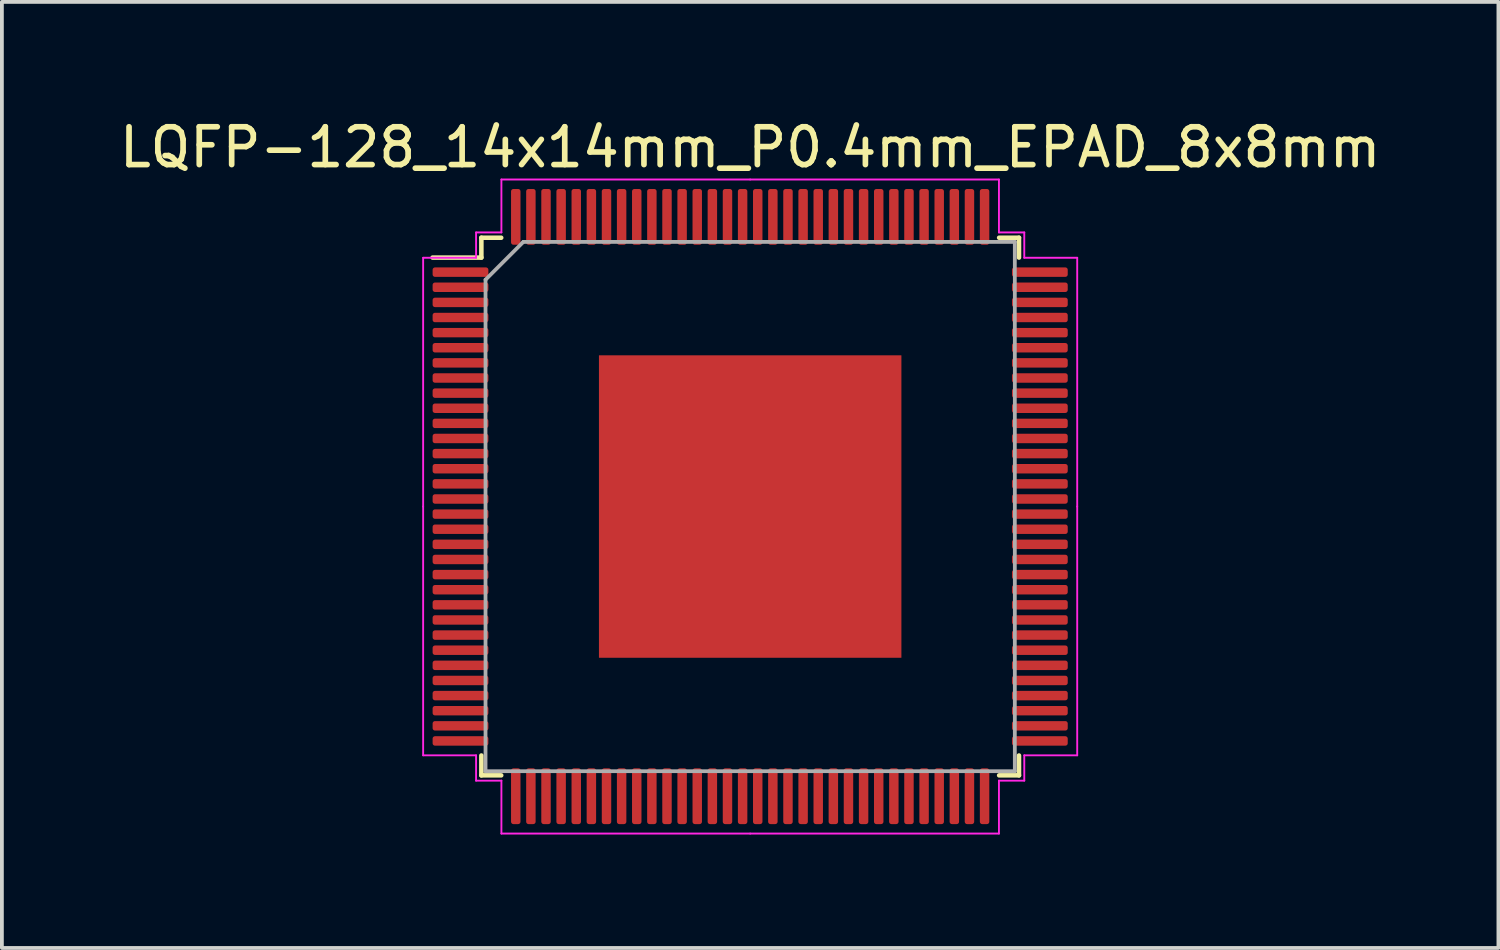
<source format=kicad_pcb>
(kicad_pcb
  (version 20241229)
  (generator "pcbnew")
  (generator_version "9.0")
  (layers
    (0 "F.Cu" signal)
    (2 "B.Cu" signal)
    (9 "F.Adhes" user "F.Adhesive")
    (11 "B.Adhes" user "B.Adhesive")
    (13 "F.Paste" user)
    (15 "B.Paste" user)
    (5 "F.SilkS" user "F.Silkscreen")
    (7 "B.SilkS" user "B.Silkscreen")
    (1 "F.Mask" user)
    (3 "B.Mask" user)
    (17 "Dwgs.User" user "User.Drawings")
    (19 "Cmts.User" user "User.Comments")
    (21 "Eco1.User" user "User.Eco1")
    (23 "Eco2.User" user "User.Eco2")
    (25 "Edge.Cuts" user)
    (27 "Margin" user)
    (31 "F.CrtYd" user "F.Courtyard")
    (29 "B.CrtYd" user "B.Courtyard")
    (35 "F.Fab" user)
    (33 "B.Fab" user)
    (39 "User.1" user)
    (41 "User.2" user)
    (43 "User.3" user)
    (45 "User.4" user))
  (footprint "LQFP-128_14x14mm_P0.4mm_EPAD_8x8mm"
    (layer "F.Cu")
    (at 16.792 10.348)
    (property "Reference" "LQFP-128_14x14mm_P0.4mm_EPAD_8x8mm" (at 0 -9.5 0) (layer "F.SilkS") (effects (font (size 1 1) (thickness 0.15))))
    (attr through_hole)
    (fp_line (start -7.11 -7.11) (end -7.11 -6.585) (stroke (width 0.12) (type solid)) (layer "F.SilkS"))
    (fp_line (start -7.11 -6.585) (end -8.4 -6.585) (stroke (width 0.12) (type solid)) (layer "F.SilkS"))
    (fp_line (start -7.11 7.11) (end -7.11 6.585) (stroke (width 0.12) (type solid)) (layer "F.SilkS"))
    (fp_line (start -6.585 -7.11) (end -7.11 -7.11) (stroke (width 0.12) (type solid)) (layer "F.SilkS"))
    (fp_line (start -6.585 7.11) (end -7.11 7.11) (stroke (width 0.12) (type solid)) (layer "F.SilkS"))
    (fp_line (start 6.585 -7.11) (end 7.11 -7.11) (stroke (width 0.12) (type solid)) (layer "F.SilkS"))
    (fp_line (start 6.585 7.11) (end 7.11 7.11) (stroke (width 0.12) (type solid)) (layer "F.SilkS"))
    (fp_line (start 7.11 -7.11) (end 7.11 -6.585) (stroke (width 0.12) (type solid)) (layer "F.SilkS"))
    (fp_line (start 7.11 7.11) (end 7.11 6.585) (stroke (width 0.12) (type solid)) (layer "F.SilkS"))
    (fp_rect (start -3.5 -3.5) (end -1.5 -1.5) (stroke (width 0.05) (type solid)) (fill yes) (layer "F.Paste"))
    (fp_rect (start -3.5 -1) (end -1.5 1) (stroke (width 0.05) (type solid)) (fill yes) (layer "F.Paste"))
    (fp_rect (start -3.5 1.5) (end -1.5 3.5) (stroke (width 0.05) (type solid)) (fill yes) (layer "F.Paste"))
    (fp_rect (start -1 -3.5) (end 1 -1.5) (stroke (width 0.05) (type solid)) (fill yes) (layer "F.Paste"))
    (fp_rect (start -1 -1) (end 1 1) (stroke (width 0.05) (type solid)) (fill yes) (layer "F.Paste"))
    (fp_rect (start -1 1.5) (end 1 3.5) (stroke (width 0.05) (type solid)) (fill yes) (layer "F.Paste"))
    (fp_rect (start 1.5 -3.5) (end 3.5 -1.5) (stroke (width 0.05) (type solid)) (fill yes) (layer "F.Paste"))
    (fp_rect (start 1.5 -1) (end 3.5 1) (stroke (width 0.05) (type solid)) (fill yes) (layer "F.Paste"))
    (fp_rect (start 1.5 1.5) (end 3.5 3.5) (stroke (width 0.05) (type solid)) (fill yes) (layer "F.Paste"))
    (fp_line (start -8.65 -6.58) (end -8.65 0) (stroke (width 0.05) (type solid)) (layer "F.CrtYd"))
    (fp_line (start -8.65 6.58) (end -8.65 0) (stroke (width 0.05) (type solid)) (layer "F.CrtYd"))
    (fp_line (start -7.25 -7.25) (end -7.25 -6.58) (stroke (width 0.05) (type solid)) (layer "F.CrtYd"))
    (fp_line (start -7.25 -6.58) (end -8.65 -6.58) (stroke (width 0.05) (type solid)) (layer "F.CrtYd"))
    (fp_line (start -7.25 6.58) (end -8.65 6.58) (stroke (width 0.05) (type solid)) (layer "F.CrtYd"))
    (fp_line (start -7.25 7.25) (end -7.25 6.58) (stroke (width 0.05) (type solid)) (layer "F.CrtYd"))
    (fp_line (start -6.58 -8.65) (end -6.58 -7.25) (stroke (width 0.05) (type solid)) (layer "F.CrtYd"))
    (fp_line (start -6.58 -7.25) (end -7.25 -7.25) (stroke (width 0.05) (type solid)) (layer "F.CrtYd"))
    (fp_line (start -6.58 7.25) (end -7.25 7.25) (stroke (width 0.05) (type solid)) (layer "F.CrtYd"))
    (fp_line (start -6.58 8.65) (end -6.58 7.25) (stroke (width 0.05) (type solid)) (layer "F.CrtYd"))
    (fp_line (start 0 -8.65) (end -6.58 -8.65) (stroke (width 0.05) (type solid)) (layer "F.CrtYd"))
    (fp_line (start 0 -8.65) (end 6.58 -8.65) (stroke (width 0.05) (type solid)) (layer "F.CrtYd"))
    (fp_line (start 0 8.65) (end -6.58 8.65) (stroke (width 0.05) (type solid)) (layer "F.CrtYd"))
    (fp_line (start 0 8.65) (end 6.58 8.65) (stroke (width 0.05) (type solid)) (layer "F.CrtYd"))
    (fp_line (start 6.58 -8.65) (end 6.58 -7.25) (stroke (width 0.05) (type solid)) (layer "F.CrtYd"))
    (fp_line (start 6.58 -7.25) (end 7.25 -7.25) (stroke (width 0.05) (type solid)) (layer "F.CrtYd"))
    (fp_line (start 6.58 7.25) (end 7.25 7.25) (stroke (width 0.05) (type solid)) (layer "F.CrtYd"))
    (fp_line (start 6.58 8.65) (end 6.58 7.25) (stroke (width 0.05) (type solid)) (layer "F.CrtYd"))
    (fp_line (start 7.25 -7.25) (end 7.25 -6.58) (stroke (width 0.05) (type solid)) (layer "F.CrtYd"))
    (fp_line (start 7.25 -6.58) (end 8.65 -6.58) (stroke (width 0.05) (type solid)) (layer "F.CrtYd"))
    (fp_line (start 7.25 6.58) (end 8.65 6.58) (stroke (width 0.05) (type solid)) (layer "F.CrtYd"))
    (fp_line (start 7.25 7.25) (end 7.25 6.58) (stroke (width 0.05) (type solid)) (layer "F.CrtYd"))
    (fp_line (start 8.65 -6.58) (end 8.65 0) (stroke (width 0.05) (type solid)) (layer "F.CrtYd"))
    (fp_line (start 8.65 6.58) (end 8.65 0) (stroke (width 0.05) (type solid)) (layer "F.CrtYd"))
    (fp_line (start -7 -6) (end -6 -7) (stroke (width 0.1) (type solid)) (layer "F.Fab"))
    (fp_line (start -7 7) (end -7 -6) (stroke (width 0.1) (type solid)) (layer "F.Fab"))
    (fp_line (start -6 -7) (end 7 -7) (stroke (width 0.1) (type solid)) (layer "F.Fab"))
    (fp_line (start 7 -7) (end 7 7) (stroke (width 0.1) (type solid)) (layer "F.Fab"))
    (fp_line (start 7 7) (end -7 7) (stroke (width 0.1) (type solid)) (layer "F.Fab"))
    (pad "1" smd roundrect (at -7.662 -6.2) (size 1.475 0.25) (layers "F.Cu" "F.Mask" "F.Paste") (roundrect_rratio 0.25))
    (pad "2" smd roundrect (at -7.662 -5.8) (size 1.475 0.25) (layers "F.Cu" "F.Mask" "F.Paste") (roundrect_rratio 0.25))
    (pad "3" smd roundrect (at -7.662 -5.4) (size 1.475 0.25) (layers "F.Cu" "F.Mask" "F.Paste") (roundrect_rratio 0.25))
    (pad "4" smd roundrect (at -7.662 -5) (size 1.475 0.25) (layers "F.Cu" "F.Mask" "F.Paste") (roundrect_rratio 0.25))
    (pad "5" smd roundrect (at -7.662 -4.6) (size 1.475 0.25) (layers "F.Cu" "F.Mask" "F.Paste") (roundrect_rratio 0.25))
    (pad "6" smd roundrect (at -7.662 -4.2) (size 1.475 0.25) (layers "F.Cu" "F.Mask" "F.Paste") (roundrect_rratio 0.25))
    (pad "7" smd roundrect (at -7.662 -3.8) (size 1.475 0.25) (layers "F.Cu" "F.Mask" "F.Paste") (roundrect_rratio 0.25))
    (pad "8" smd roundrect (at -7.662 -3.4) (size 1.475 0.25) (layers "F.Cu" "F.Mask" "F.Paste") (roundrect_rratio 0.25))
    (pad "9" smd roundrect (at -7.662 -3) (size 1.475 0.25) (layers "F.Cu" "F.Mask" "F.Paste") (roundrect_rratio 0.25))
    (pad "10" smd roundrect (at -7.662 -2.6) (size 1.475 0.25) (layers "F.Cu" "F.Mask" "F.Paste") (roundrect_rratio 0.25))
    (pad "11" smd roundrect (at -7.662 -2.2) (size 1.475 0.25) (layers "F.Cu" "F.Mask" "F.Paste") (roundrect_rratio 0.25))
    (pad "12" smd roundrect (at -7.662 -1.8) (size 1.475 0.25) (layers "F.Cu" "F.Mask" "F.Paste") (roundrect_rratio 0.25))
    (pad "13" smd roundrect (at -7.662 -1.4) (size 1.475 0.25) (layers "F.Cu" "F.Mask" "F.Paste") (roundrect_rratio 0.25))
    (pad "14" smd roundrect (at -7.662 -1) (size 1.475 0.25) (layers "F.Cu" "F.Mask" "F.Paste") (roundrect_rratio 0.25))
    (pad "15" smd roundrect (at -7.662 -0.6) (size 1.475 0.25) (layers "F.Cu" "F.Mask" "F.Paste") (roundrect_rratio 0.25))
    (pad "16" smd roundrect (at -7.662 -0.2) (size 1.475 0.25) (layers "F.Cu" "F.Mask" "F.Paste") (roundrect_rratio 0.25))
    (pad "17" smd roundrect (at -7.662 0.2) (size 1.475 0.25) (layers "F.Cu" "F.Mask" "F.Paste") (roundrect_rratio 0.25))
    (pad "18" smd roundrect (at -7.662 0.6) (size 1.475 0.25) (layers "F.Cu" "F.Mask" "F.Paste") (roundrect_rratio 0.25))
    (pad "19" smd roundrect (at -7.662 1) (size 1.475 0.25) (layers "F.Cu" "F.Mask" "F.Paste") (roundrect_rratio 0.25))
    (pad "20" smd roundrect (at -7.662 1.4) (size 1.475 0.25) (layers "F.Cu" "F.Mask" "F.Paste") (roundrect_rratio 0.25))
    (pad "21" smd roundrect (at -7.662 1.8) (size 1.475 0.25) (layers "F.Cu" "F.Mask" "F.Paste") (roundrect_rratio 0.25))
    (pad "22" smd roundrect (at -7.662 2.2) (size 1.475 0.25) (layers "F.Cu" "F.Mask" "F.Paste") (roundrect_rratio 0.25))
    (pad "23" smd roundrect (at -7.662 2.6) (size 1.475 0.25) (layers "F.Cu" "F.Mask" "F.Paste") (roundrect_rratio 0.25))
    (pad "24" smd roundrect (at -7.662 3) (size 1.475 0.25) (layers "F.Cu" "F.Mask" "F.Paste") (roundrect_rratio 0.25))
    (pad "25" smd roundrect (at -7.662 3.4) (size 1.475 0.25) (layers "F.Cu" "F.Mask" "F.Paste") (roundrect_rratio 0.25))
    (pad "26" smd roundrect (at -7.662 3.8) (size 1.475 0.25) (layers "F.Cu" "F.Mask" "F.Paste") (roundrect_rratio 0.25))
    (pad "27" smd roundrect (at -7.662 4.2) (size 1.475 0.25) (layers "F.Cu" "F.Mask" "F.Paste") (roundrect_rratio 0.25))
    (pad "28" smd roundrect (at -7.662 4.6) (size 1.475 0.25) (layers "F.Cu" "F.Mask" "F.Paste") (roundrect_rratio 0.25))
    (pad "29" smd roundrect (at -7.662 5) (size 1.475 0.25) (layers "F.Cu" "F.Mask" "F.Paste") (roundrect_rratio 0.25))
    (pad "30" smd roundrect (at -7.662 5.4) (size 1.475 0.25) (layers "F.Cu" "F.Mask" "F.Paste") (roundrect_rratio 0.25))
    (pad "31" smd roundrect (at -7.662 5.8) (size 1.475 0.25) (layers "F.Cu" "F.Mask" "F.Paste") (roundrect_rratio 0.25))
    (pad "32" smd roundrect (at -7.662 6.2) (size 1.475 0.25) (layers "F.Cu" "F.Mask" "F.Paste") (roundrect_rratio 0.25))
    (pad "33" smd roundrect (at -6.2 7.662) (size 0.25 1.475) (layers "F.Cu" "F.Mask" "F.Paste") (roundrect_rratio 0.25))
    (pad "34" smd roundrect (at -5.8 7.662) (size 0.25 1.475) (layers "F.Cu" "F.Mask" "F.Paste") (roundrect_rratio 0.25))
    (pad "35" smd roundrect (at -5.4 7.662) (size 0.25 1.475) (layers "F.Cu" "F.Mask" "F.Paste") (roundrect_rratio 0.25))
    (pad "36" smd roundrect (at -5 7.662) (size 0.25 1.475) (layers "F.Cu" "F.Mask" "F.Paste") (roundrect_rratio 0.25))
    (pad "37" smd roundrect (at -4.6 7.662) (size 0.25 1.475) (layers "F.Cu" "F.Mask" "F.Paste") (roundrect_rratio 0.25))
    (pad "38" smd roundrect (at -4.2 7.662) (size 0.25 1.475) (layers "F.Cu" "F.Mask" "F.Paste") (roundrect_rratio 0.25))
    (pad "39" smd roundrect (at -3.8 7.662) (size 0.25 1.475) (layers "F.Cu" "F.Mask" "F.Paste") (roundrect_rratio 0.25))
    (pad "40" smd roundrect (at -3.4 7.662) (size 0.25 1.475) (layers "F.Cu" "F.Mask" "F.Paste") (roundrect_rratio 0.25))
    (pad "41" smd roundrect (at -3 7.662) (size 0.25 1.475) (layers "F.Cu" "F.Mask" "F.Paste") (roundrect_rratio 0.25))
    (pad "42" smd roundrect (at -2.6 7.662) (size 0.25 1.475) (layers "F.Cu" "F.Mask" "F.Paste") (roundrect_rratio 0.25))
    (pad "43" smd roundrect (at -2.2 7.662) (size 0.25 1.475) (layers "F.Cu" "F.Mask" "F.Paste") (roundrect_rratio 0.25))
    (pad "44" smd roundrect (at -1.8 7.662) (size 0.25 1.475) (layers "F.Cu" "F.Mask" "F.Paste") (roundrect_rratio 0.25))
    (pad "45" smd roundrect (at -1.4 7.662) (size 0.25 1.475) (layers "F.Cu" "F.Mask" "F.Paste") (roundrect_rratio 0.25))
    (pad "46" smd roundrect (at -1 7.662) (size 0.25 1.475) (layers "F.Cu" "F.Mask" "F.Paste") (roundrect_rratio 0.25))
    (pad "47" smd roundrect (at -0.6 7.662) (size 0.25 1.475) (layers "F.Cu" "F.Mask" "F.Paste") (roundrect_rratio 0.25))
    (pad "48" smd roundrect (at -0.2 7.662) (size 0.25 1.475) (layers "F.Cu" "F.Mask" "F.Paste") (roundrect_rratio 0.25))
    (pad "49" smd roundrect (at 0.2 7.662) (size 0.25 1.475) (layers "F.Cu" "F.Mask" "F.Paste") (roundrect_rratio 0.25))
    (pad "50" smd roundrect (at 0.6 7.662) (size 0.25 1.475) (layers "F.Cu" "F.Mask" "F.Paste") (roundrect_rratio 0.25))
    (pad "51" smd roundrect (at 1 7.662) (size 0.25 1.475) (layers "F.Cu" "F.Mask" "F.Paste") (roundrect_rratio 0.25))
    (pad "52" smd roundrect (at 1.4 7.662) (size 0.25 1.475) (layers "F.Cu" "F.Mask" "F.Paste") (roundrect_rratio 0.25))
    (pad "53" smd roundrect (at 1.8 7.662) (size 0.25 1.475) (layers "F.Cu" "F.Mask" "F.Paste") (roundrect_rratio 0.25))
    (pad "54" smd roundrect (at 2.2 7.662) (size 0.25 1.475) (layers "F.Cu" "F.Mask" "F.Paste") (roundrect_rratio 0.25))
    (pad "55" smd roundrect (at 2.6 7.662) (size 0.25 1.475) (layers "F.Cu" "F.Mask" "F.Paste") (roundrect_rratio 0.25))
    (pad "56" smd roundrect (at 3 7.662) (size 0.25 1.475) (layers "F.Cu" "F.Mask" "F.Paste") (roundrect_rratio 0.25))
    (pad "57" smd roundrect (at 3.4 7.662) (size 0.25 1.475) (layers "F.Cu" "F.Mask" "F.Paste") (roundrect_rratio 0.25))
    (pad "58" smd roundrect (at 3.8 7.662) (size 0.25 1.475) (layers "F.Cu" "F.Mask" "F.Paste") (roundrect_rratio 0.25))
    (pad "59" smd roundrect (at 4.2 7.662) (size 0.25 1.475) (layers "F.Cu" "F.Mask" "F.Paste") (roundrect_rratio 0.25))
    (pad "60" smd roundrect (at 4.6 7.662) (size 0.25 1.475) (layers "F.Cu" "F.Mask" "F.Paste") (roundrect_rratio 0.25))
    (pad "61" smd roundrect (at 5 7.662) (size 0.25 1.475) (layers "F.Cu" "F.Mask" "F.Paste") (roundrect_rratio 0.25))
    (pad "62" smd roundrect (at 5.4 7.662) (size 0.25 1.475) (layers "F.Cu" "F.Mask" "F.Paste") (roundrect_rratio 0.25))
    (pad "63" smd roundrect (at 5.8 7.662) (size 0.25 1.475) (layers "F.Cu" "F.Mask" "F.Paste") (roundrect_rratio 0.25))
    (pad "64" smd roundrect (at 6.2 7.662) (size 0.25 1.475) (layers "F.Cu" "F.Mask" "F.Paste") (roundrect_rratio 0.25))
    (pad "65" smd roundrect (at 7.662 6.2) (size 1.475 0.25) (layers "F.Cu" "F.Mask" "F.Paste") (roundrect_rratio 0.25))
    (pad "66" smd roundrect (at 7.662 5.8) (size 1.475 0.25) (layers "F.Cu" "F.Mask" "F.Paste") (roundrect_rratio 0.25))
    (pad "67" smd roundrect (at 7.662 5.4) (size 1.475 0.25) (layers "F.Cu" "F.Mask" "F.Paste") (roundrect_rratio 0.25))
    (pad "68" smd roundrect (at 7.662 5) (size 1.475 0.25) (layers "F.Cu" "F.Mask" "F.Paste") (roundrect_rratio 0.25))
    (pad "69" smd roundrect (at 7.662 4.6) (size 1.475 0.25) (layers "F.Cu" "F.Mask" "F.Paste") (roundrect_rratio 0.25))
    (pad "70" smd roundrect (at 7.662 4.2) (size 1.475 0.25) (layers "F.Cu" "F.Mask" "F.Paste") (roundrect_rratio 0.25))
    (pad "71" smd roundrect (at 7.662 3.8) (size 1.475 0.25) (layers "F.Cu" "F.Mask" "F.Paste") (roundrect_rratio 0.25))
    (pad "72" smd roundrect (at 7.662 3.4) (size 1.475 0.25) (layers "F.Cu" "F.Mask" "F.Paste") (roundrect_rratio 0.25))
    (pad "73" smd roundrect (at 7.662 3) (size 1.475 0.25) (layers "F.Cu" "F.Mask" "F.Paste") (roundrect_rratio 0.25))
    (pad "74" smd roundrect (at 7.662 2.6) (size 1.475 0.25) (layers "F.Cu" "F.Mask" "F.Paste") (roundrect_rratio 0.25))
    (pad "75" smd roundrect (at 7.662 2.2) (size 1.475 0.25) (layers "F.Cu" "F.Mask" "F.Paste") (roundrect_rratio 0.25))
    (pad "76" smd roundrect (at 7.662 1.8) (size 1.475 0.25) (layers "F.Cu" "F.Mask" "F.Paste") (roundrect_rratio 0.25))
    (pad "77" smd roundrect (at 7.662 1.4) (size 1.475 0.25) (layers "F.Cu" "F.Mask" "F.Paste") (roundrect_rratio 0.25))
    (pad "78" smd roundrect (at 7.662 1) (size 1.475 0.25) (layers "F.Cu" "F.Mask" "F.Paste") (roundrect_rratio 0.25))
    (pad "79" smd roundrect (at 7.662 0.6) (size 1.475 0.25) (layers "F.Cu" "F.Mask" "F.Paste") (roundrect_rratio 0.25))
    (pad "80" smd roundrect (at 7.662 0.2) (size 1.475 0.25) (layers "F.Cu" "F.Mask" "F.Paste") (roundrect_rratio 0.25))
    (pad "81" smd roundrect (at 7.662 -0.2) (size 1.475 0.25) (layers "F.Cu" "F.Mask" "F.Paste") (roundrect_rratio 0.25))
    (pad "82" smd roundrect (at 7.662 -0.6) (size 1.475 0.25) (layers "F.Cu" "F.Mask" "F.Paste") (roundrect_rratio 0.25))
    (pad "83" smd roundrect (at 7.662 -1) (size 1.475 0.25) (layers "F.Cu" "F.Mask" "F.Paste") (roundrect_rratio 0.25))
    (pad "84" smd roundrect (at 7.662 -1.4) (size 1.475 0.25) (layers "F.Cu" "F.Mask" "F.Paste") (roundrect_rratio 0.25))
    (pad "85" smd roundrect (at 7.662 -1.8) (size 1.475 0.25) (layers "F.Cu" "F.Mask" "F.Paste") (roundrect_rratio 0.25))
    (pad "86" smd roundrect (at 7.662 -2.2) (size 1.475 0.25) (layers "F.Cu" "F.Mask" "F.Paste") (roundrect_rratio 0.25))
    (pad "87" smd roundrect (at 7.662 -2.6) (size 1.475 0.25) (layers "F.Cu" "F.Mask" "F.Paste") (roundrect_rratio 0.25))
    (pad "88" smd roundrect (at 7.662 -3) (size 1.475 0.25) (layers "F.Cu" "F.Mask" "F.Paste") (roundrect_rratio 0.25))
    (pad "89" smd roundrect (at 7.662 -3.4) (size 1.475 0.25) (layers "F.Cu" "F.Mask" "F.Paste") (roundrect_rratio 0.25))
    (pad "90" smd roundrect (at 7.662 -3.8) (size 1.475 0.25) (layers "F.Cu" "F.Mask" "F.Paste") (roundrect_rratio 0.25))
    (pad "91" smd roundrect (at 7.662 -4.2) (size 1.475 0.25) (layers "F.Cu" "F.Mask" "F.Paste") (roundrect_rratio 0.25))
    (pad "92" smd roundrect (at 7.662 -4.6) (size 1.475 0.25) (layers "F.Cu" "F.Mask" "F.Paste") (roundrect_rratio 0.25))
    (pad "93" smd roundrect (at 7.662 -5) (size 1.475 0.25) (layers "F.Cu" "F.Mask" "F.Paste") (roundrect_rratio 0.25))
    (pad "94" smd roundrect (at 7.662 -5.4) (size 1.475 0.25) (layers "F.Cu" "F.Mask" "F.Paste") (roundrect_rratio 0.25))
    (pad "95" smd roundrect (at 7.662 -5.8) (size 1.475 0.25) (layers "F.Cu" "F.Mask" "F.Paste") (roundrect_rratio 0.25))
    (pad "96" smd roundrect (at 7.662 -6.2) (size 1.475 0.25) (layers "F.Cu" "F.Mask" "F.Paste") (roundrect_rratio 0.25))
    (pad "97" smd roundrect (at 6.2 -7.662) (size 0.25 1.475) (layers "F.Cu" "F.Mask" "F.Paste") (roundrect_rratio 0.25))
    (pad "98" smd roundrect (at 5.8 -7.662) (size 0.25 1.475) (layers "F.Cu" "F.Mask" "F.Paste") (roundrect_rratio 0.25))
    (pad "99" smd roundrect (at 5.4 -7.662) (size 0.25 1.475) (layers "F.Cu" "F.Mask" "F.Paste") (roundrect_rratio 0.25))
    (pad "100" smd roundrect (at 5 -7.662) (size 0.25 1.475) (layers "F.Cu" "F.Mask" "F.Paste") (roundrect_rratio 0.25))
    (pad "101" smd roundrect (at 4.6 -7.662) (size 0.25 1.475) (layers "F.Cu" "F.Mask" "F.Paste") (roundrect_rratio 0.25))
    (pad "102" smd roundrect (at 4.2 -7.662) (size 0.25 1.475) (layers "F.Cu" "F.Mask" "F.Paste") (roundrect_rratio 0.25))
    (pad "103" smd roundrect (at 3.8 -7.662) (size 0.25 1.475) (layers "F.Cu" "F.Mask" "F.Paste") (roundrect_rratio 0.25))
    (pad "104" smd roundrect (at 3.4 -7.662) (size 0.25 1.475) (layers "F.Cu" "F.Mask" "F.Paste") (roundrect_rratio 0.25))
    (pad "105" smd roundrect (at 3 -7.662) (size 0.25 1.475) (layers "F.Cu" "F.Mask" "F.Paste") (roundrect_rratio 0.25))
    (pad "106" smd roundrect (at 2.6 -7.662) (size 0.25 1.475) (layers "F.Cu" "F.Mask" "F.Paste") (roundrect_rratio 0.25))
    (pad "107" smd roundrect (at 2.2 -7.662) (size 0.25 1.475) (layers "F.Cu" "F.Mask" "F.Paste") (roundrect_rratio 0.25))
    (pad "108" smd roundrect (at 1.8 -7.662) (size 0.25 1.475) (layers "F.Cu" "F.Mask" "F.Paste") (roundrect_rratio 0.25))
    (pad "109" smd roundrect (at 1.4 -7.662) (size 0.25 1.475) (layers "F.Cu" "F.Mask" "F.Paste") (roundrect_rratio 0.25))
    (pad "110" smd roundrect (at 1 -7.662) (size 0.25 1.475) (layers "F.Cu" "F.Mask" "F.Paste") (roundrect_rratio 0.25))
    (pad "111" smd roundrect (at 0.6 -7.662) (size 0.25 1.475) (layers "F.Cu" "F.Mask" "F.Paste") (roundrect_rratio 0.25))
    (pad "112" smd roundrect (at 0.2 -7.662) (size 0.25 1.475) (layers "F.Cu" "F.Mask" "F.Paste") (roundrect_rratio 0.25))
    (pad "113" smd roundrect (at -0.2 -7.662) (size 0.25 1.475) (layers "F.Cu" "F.Mask" "F.Paste") (roundrect_rratio 0.25))
    (pad "114" smd roundrect (at -0.6 -7.662) (size 0.25 1.475) (layers "F.Cu" "F.Mask" "F.Paste") (roundrect_rratio 0.25))
    (pad "115" smd roundrect (at -1 -7.662) (size 0.25 1.475) (layers "F.Cu" "F.Mask" "F.Paste") (roundrect_rratio 0.25))
    (pad "116" smd roundrect (at -1.4 -7.662) (size 0.25 1.475) (layers "F.Cu" "F.Mask" "F.Paste") (roundrect_rratio 0.25))
    (pad "117" smd roundrect (at -1.8 -7.662) (size 0.25 1.475) (layers "F.Cu" "F.Mask" "F.Paste") (roundrect_rratio 0.25))
    (pad "118" smd roundrect (at -2.2 -7.662) (size 0.25 1.475) (layers "F.Cu" "F.Mask" "F.Paste") (roundrect_rratio 0.25))
    (pad "119" smd roundrect (at -2.6 -7.662) (size 0.25 1.475) (layers "F.Cu" "F.Mask" "F.Paste") (roundrect_rratio 0.25))
    (pad "120" smd roundrect (at -3 -7.662) (size 0.25 1.475) (layers "F.Cu" "F.Mask" "F.Paste") (roundrect_rratio 0.25))
    (pad "121" smd roundrect (at -3.4 -7.662) (size 0.25 1.475) (layers "F.Cu" "F.Mask" "F.Paste") (roundrect_rratio 0.25))
    (pad "122" smd roundrect (at -3.8 -7.662) (size 0.25 1.475) (layers "F.Cu" "F.Mask" "F.Paste") (roundrect_rratio 0.25))
    (pad "123" smd roundrect (at -4.2 -7.662) (size 0.25 1.475) (layers "F.Cu" "F.Mask" "F.Paste") (roundrect_rratio 0.25))
    (pad "124" smd roundrect (at -4.6 -7.662) (size 0.25 1.475) (layers "F.Cu" "F.Mask" "F.Paste") (roundrect_rratio 0.25))
    (pad "125" smd roundrect (at -5 -7.662) (size 0.25 1.475) (layers "F.Cu" "F.Mask" "F.Paste") (roundrect_rratio 0.25))
    (pad "126" smd roundrect (at -5.4 -7.662) (size 0.25 1.475) (layers "F.Cu" "F.Mask" "F.Paste") (roundrect_rratio 0.25))
    (pad "127" smd roundrect (at -5.8 -7.662) (size 0.25 1.475) (layers "F.Cu" "F.Mask" "F.Paste") (roundrect_rratio 0.25))
    (pad "128" smd roundrect (at -6.2 -7.662) (size 0.25 1.475) (layers "F.Cu" "F.Mask" "F.Paste") (roundrect_rratio 0.25))
    (pad "129" smd rect (at 0 0) (size 8 8) (layers "F.Cu" "F.Mask")))
  (gr_rect
    (start -3 -3)
    (end 36.583 22.023)
    (stroke (width 0.1) (type default))
    (fill no)
    (layer "Edge.Cuts")))
</source>
